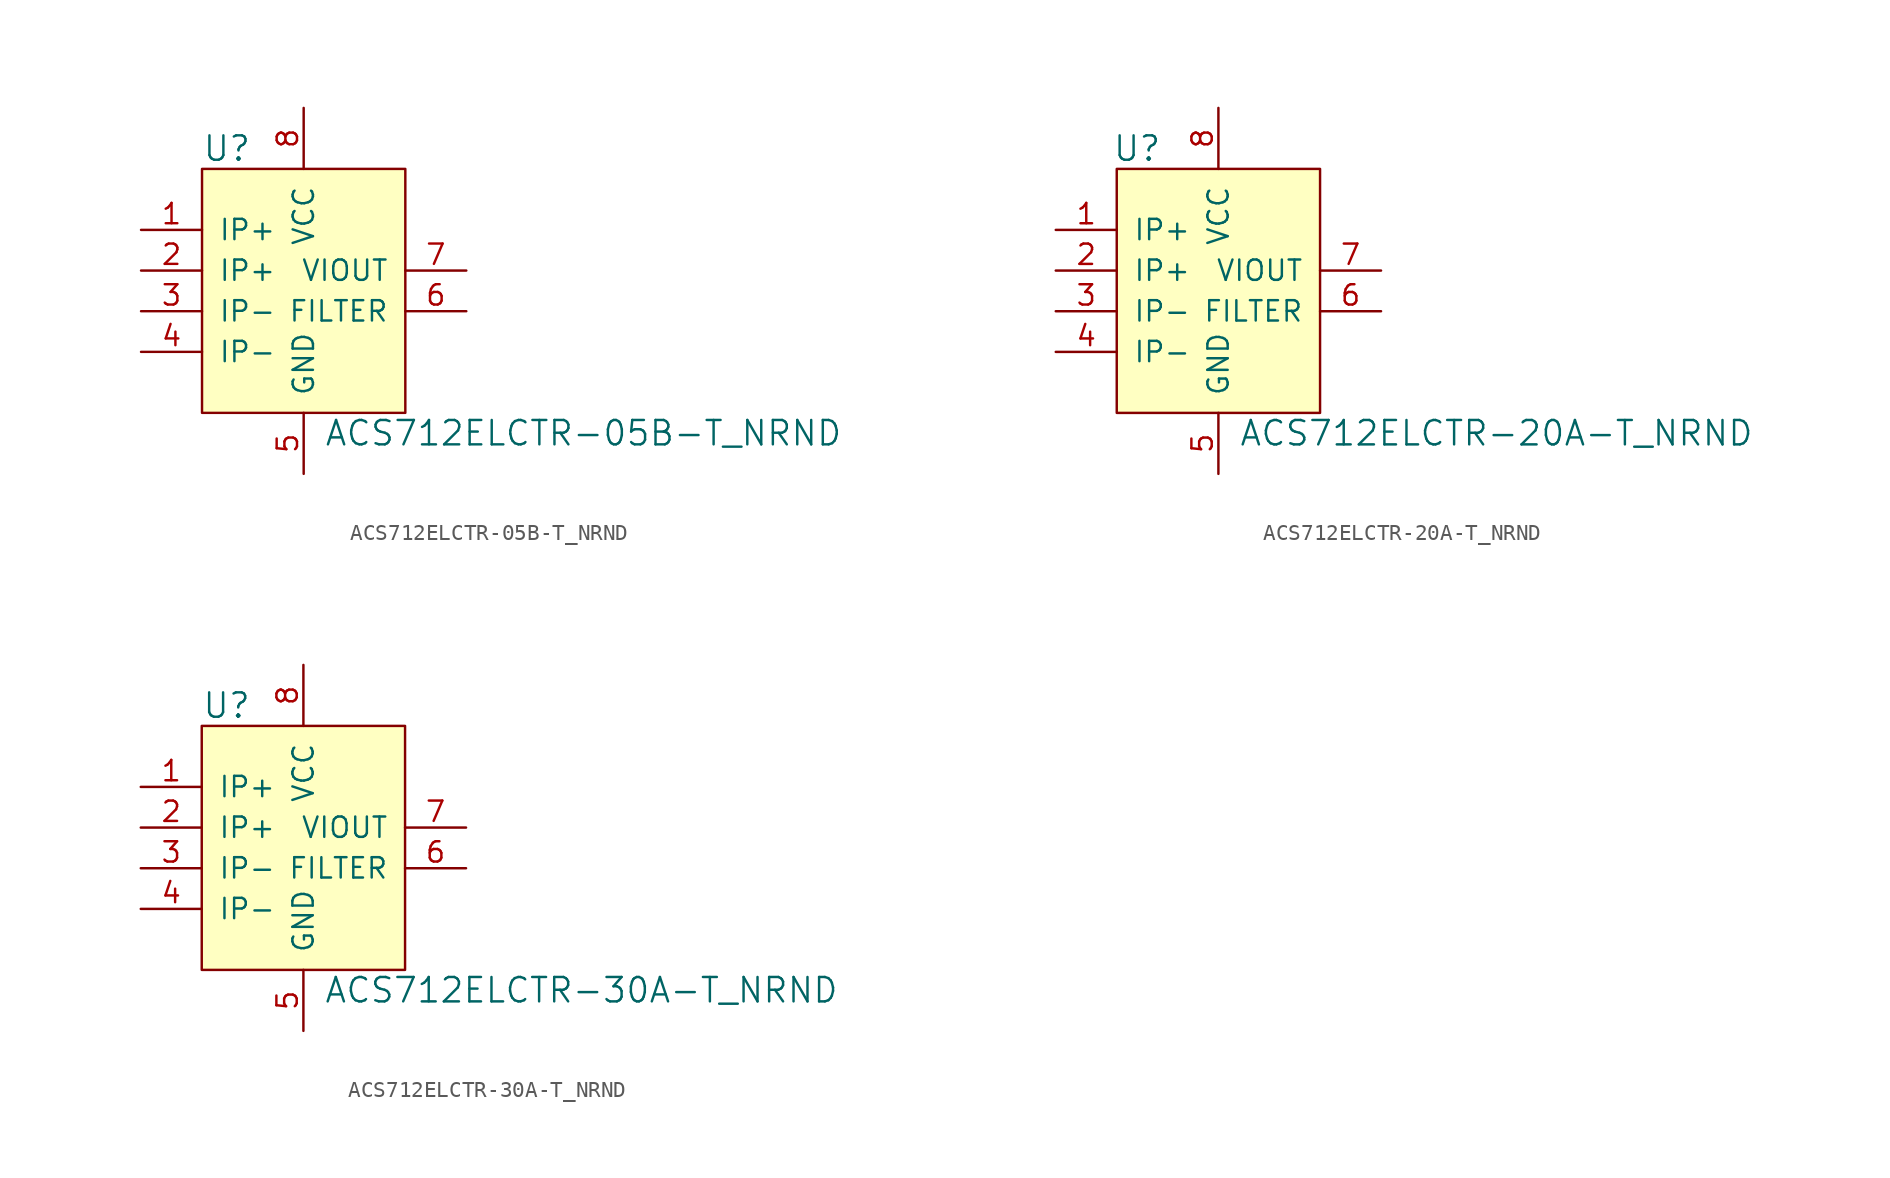
<source format=kicad_sym>
(kicad_symbol_lib
  (version 20231120)
  (generator "kicad_symbol_editor")
  (generator_version "8.0")
  (symbol "ACS712ELCTR-05B-T_NRND"
    (pin_names
      (offset 1.016))
    (property "Reference" "U"
      (at -6.35 7.62 0)
      (effects (font (size 1.524 1.524)) (justify left)))
    (property "Value" "ACS712ELCTR-05B-T_NRND"
      (at 1.27 -10.16 0)
      (effects (font (size 1.524 1.524)) (justify left)))
    (symbol "ACS712ELCTR-05B-T_NRND_1_1"
      (rectangle (start -6.35 6.35) (end 6.35 -8.89) (stroke (width 0) (type solid)) (fill (type background)))
      (pin input line (at -10.16 2.54 0) (length 3.81) (name "IP+" (effects (font (size 1.27 1.27)))) (number "1" (effects (font (size 1.27 1.27)))))
      (pin input line (at -10.16 0 0) (length 3.81) (name "IP+" (effects (font (size 1.27 1.27)))) (number "2" (effects (font (size 1.27 1.27)))))
      (pin input line (at -10.16 -2.54 0) (length 3.81) (name "IP-" (effects (font (size 1.27 1.27)))) (number "3" (effects (font (size 1.27 1.27)))))
      (pin input line (at -10.16 -5.08 0) (length 3.81) (name "IP-" (effects (font (size 1.27 1.27)))) (number "4" (effects (font (size 1.27 1.27)))))
      (pin power_in line (at 0 -12.7 90) (length 3.81) (name "GND" (effects (font (size 1.27 1.27)))) (number "5" (effects (font (size 1.27 1.27)))))
      (pin unspecified line (at 10.16 -2.54 180) (length 3.81) (name "FILTER" (effects (font (size 1.27 1.27)))) (number "6" (effects (font (size 1.27 1.27)))))
      (pin output line (at 10.16 0 180) (length 3.81) (name "VIOUT" (effects (font (size 1.27 1.27)))) (number "7" (effects (font (size 1.27 1.27)))))
      (pin power_in line (at 0 10.16 270) (length 3.81) (name "VCC" (effects (font (size 1.27 1.27)))) (number "8" (effects (font (size 1.27 1.27)))))))
  (symbol "ACS712ELCTR-20A-T_NRND"
    (pin_names
      (offset 1.016))
    (property "Reference" "U"
      (at -5.08 7.62 0)
      (effects (font (size 1.524 1.524))))
    (property "Value" "ACS712ELCTR-20A-T_NRND"
      (at 1.27 -10.16 0)
      (effects (font (size 1.524 1.524)) (justify left)))
    (symbol "ACS712ELCTR-20A-T_NRND_1_1"
      (rectangle (start -6.35 6.35) (end 6.35 -8.89) (stroke (width 0) (type solid)) (fill (type background)))
      (pin input line (at -10.16 2.54 0) (length 3.81) (name "IP+" (effects (font (size 1.27 1.27)))) (number "1" (effects (font (size 1.27 1.27)))))
      (pin input line (at -10.16 0 0) (length 3.81) (name "IP+" (effects (font (size 1.27 1.27)))) (number "2" (effects (font (size 1.27 1.27)))))
      (pin input line (at -10.16 -2.54 0) (length 3.81) (name "IP-" (effects (font (size 1.27 1.27)))) (number "3" (effects (font (size 1.27 1.27)))))
      (pin input line (at -10.16 -5.08 0) (length 3.81) (name "IP-" (effects (font (size 1.27 1.27)))) (number "4" (effects (font (size 1.27 1.27)))))
      (pin power_in line (at 0 -12.7 90) (length 3.81) (name "GND" (effects (font (size 1.27 1.27)))) (number "5" (effects (font (size 1.27 1.27)))))
      (pin unspecified line (at 10.16 -2.54 180) (length 3.81) (name "FILTER" (effects (font (size 1.27 1.27)))) (number "6" (effects (font (size 1.27 1.27)))))
      (pin output line (at 10.16 0 180) (length 3.81) (name "VIOUT" (effects (font (size 1.27 1.27)))) (number "7" (effects (font (size 1.27 1.27)))))
      (pin power_in line (at 0 10.16 270) (length 3.81) (name "VCC" (effects (font (size 1.27 1.27)))) (number "8" (effects (font (size 1.27 1.27)))))))
  (symbol "ACS712ELCTR-30A-T_NRND"
    (pin_names
      (offset 1.016))
    (property "Reference" "U"
      (at -6.35 7.62 0)
      (effects (font (size 1.524 1.524)) (justify left)))
    (property "Value" "ACS712ELCTR-30A-T_NRND"
      (at 1.27 -10.16 0)
      (effects (font (size 1.524 1.524)) (justify left)))
    (symbol "ACS712ELCTR-30A-T_NRND_1_1"
      (rectangle (start -6.35 6.35) (end 6.35 -8.89) (stroke (width 0) (type solid)) (fill (type background)))
      (pin input line (at -10.16 2.54 0) (length 3.81) (name "IP+" (effects (font (size 1.27 1.27)))) (number "1" (effects (font (size 1.27 1.27)))))
      (pin input line (at -10.16 0 0) (length 3.81) (name "IP+" (effects (font (size 1.27 1.27)))) (number "2" (effects (font (size 1.27 1.27)))))
      (pin input line (at -10.16 -2.54 0) (length 3.81) (name "IP-" (effects (font (size 1.27 1.27)))) (number "3" (effects (font (size 1.27 1.27)))))
      (pin input line (at -10.16 -5.08 0) (length 3.81) (name "IP-" (effects (font (size 1.27 1.27)))) (number "4" (effects (font (size 1.27 1.27)))))
      (pin power_in line (at 0 -12.7 90) (length 3.81) (name "GND" (effects (font (size 1.27 1.27)))) (number "5" (effects (font (size 1.27 1.27)))))
      (pin unspecified line (at 10.16 -2.54 180) (length 3.81) (name "FILTER" (effects (font (size 1.27 1.27)))) (number "6" (effects (font (size 1.27 1.27)))))
      (pin output line (at 10.16 0 180) (length 3.81) (name "VIOUT" (effects (font (size 1.27 1.27)))) (number "7" (effects (font (size 1.27 1.27)))))
      (pin power_in line (at 0 10.16 270) (length 3.81) (name "VCC" (effects (font (size 1.27 1.27)))) (number "8" (effects (font (size 1.27 1.27))))))))
</source>
